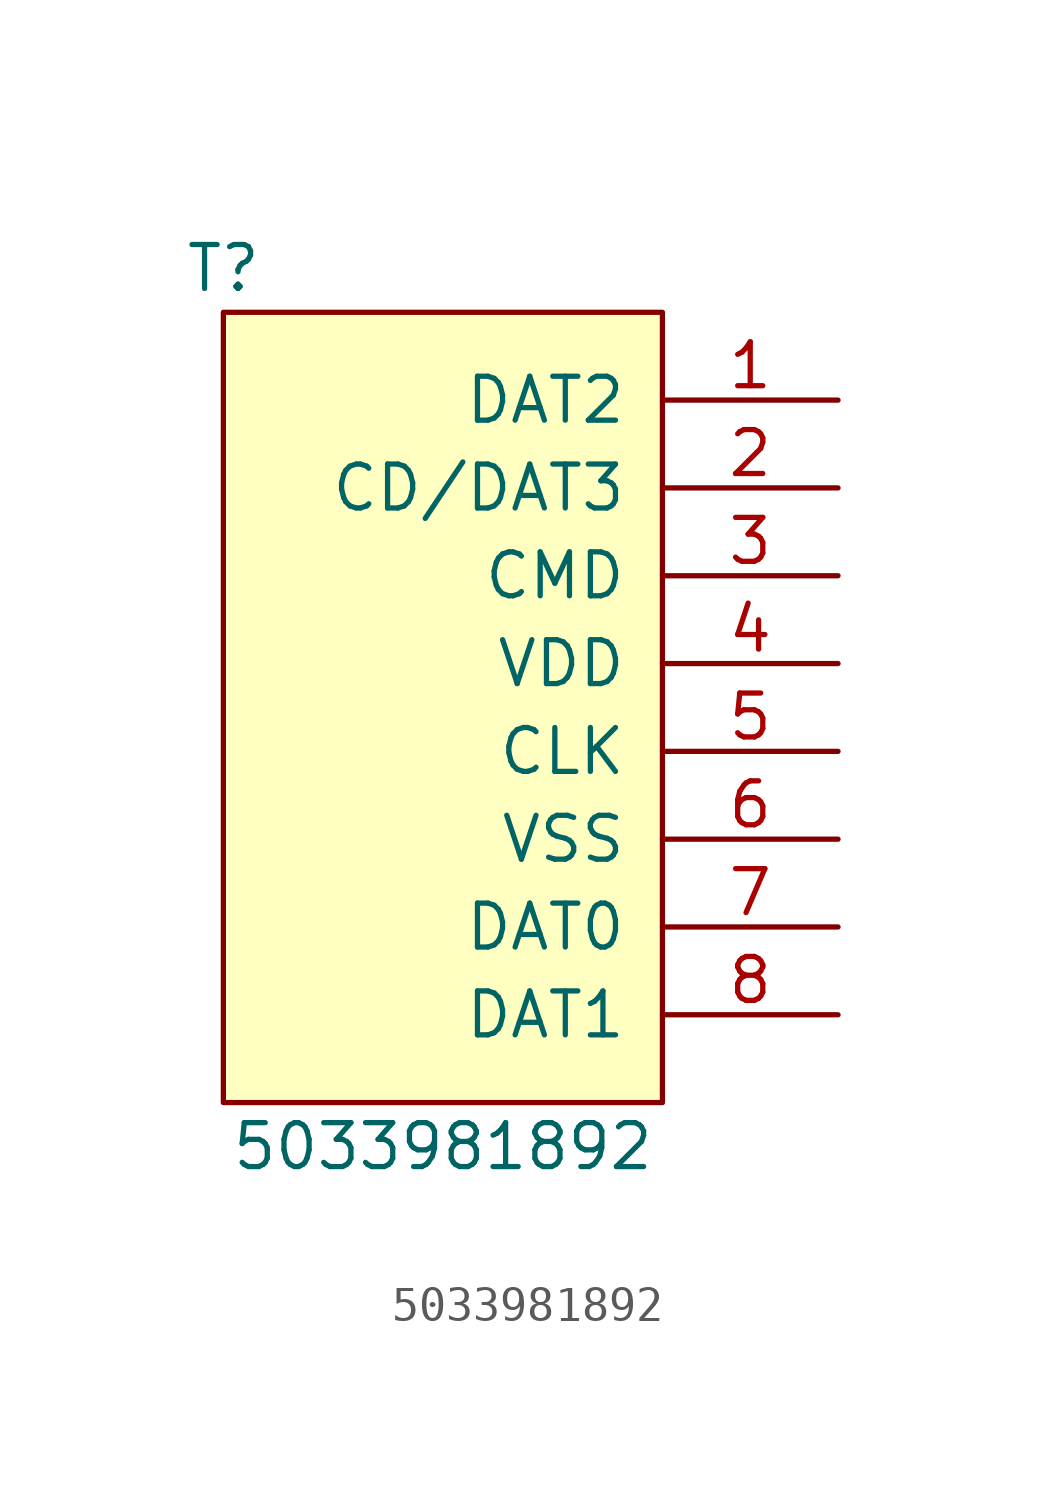
<source format=kicad_sym>
(kicad_symbol_lib
  (version 20241209)
  (generator "kicad_symbol_editor")
  (generator_version "9.0")
  (symbol "5033981892"
    (pin_names
      (offset 1.016))
    (property "Reference" "T"
      (at -12.7 3.81 0)
      (effects (font (size 1.27 1.27))))
    (property "Value" "5033981892"
      (at -6.35 -21.59 0)
      (effects (font (size 1.27 1.27))))
    (symbol "5033981892_0_1"
      (rectangle (start -12.7 2.54) (end 0 -20.32) (stroke (width 0) (type solid)) (fill (type background))))
    (symbol "5033981892_1_1"
      (pin bidirectional line (at 5.08 0 180) (length 5.08) (name "DAT2" (effects (font (size 1.27 1.27)))) (number "1" (effects (font (size 1.27 1.27)))))
      (pin bidirectional line (at 5.08 -2.54 180) (length 5.08) (name "CD/DAT3" (effects (font (size 1.27 1.27)))) (number "2" (effects (font (size 1.27 1.27)))))
      (pin bidirectional line (at 5.08 -5.08 180) (length 5.08) (name "CMD" (effects (font (size 1.27 1.27)))) (number "3" (effects (font (size 1.27 1.27)))))
      (pin power_in line (at 5.08 -7.62 180) (length 5.08) (name "VDD" (effects (font (size 1.27 1.27)))) (number "4" (effects (font (size 1.27 1.27)))))
      (pin input line (at 5.08 -10.16 180) (length 5.08) (name "CLK" (effects (font (size 1.27 1.27)))) (number "5" (effects (font (size 1.27 1.27)))))
      (pin passive line (at 5.08 -12.7 180) (length 5.08) (name "VSS" (effects (font (size 1.27 1.27)))) (number "6" (effects (font (size 1.27 1.27)))))
      (pin bidirectional line (at 5.08 -15.24 180) (length 5.08) (name "DAT0" (effects (font (size 1.27 1.27)))) (number "7" (effects (font (size 1.27 1.27)))))
      (pin bidirectional line (at 5.08 -17.78 180) (length 5.08) (name "DAT1" (effects (font (size 1.27 1.27)))) (number "8" (effects (font (size 1.27 1.27))))))))
</source>
